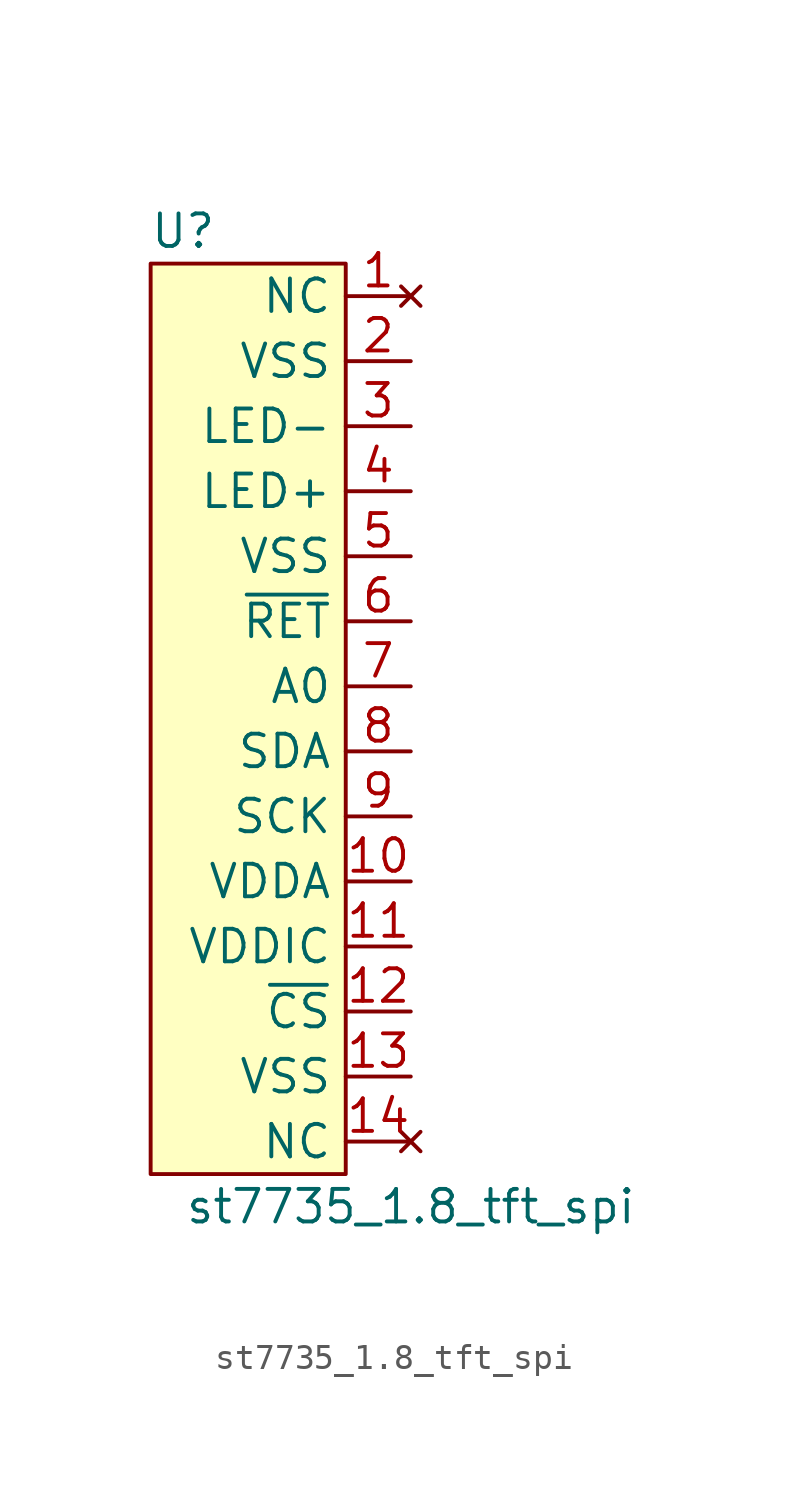
<source format=kicad_sym>
(kicad_symbol_lib
  (version 20211014)
  (generator kicad_symbol_editor)
  (symbol "st7735_1.8_tft_spi"
    (property "Reference" "U"
      (at -10.16 16.51 0)
      (effects (font (size 1.27 1.27))))
    (property "Value" "st7735_1.8_tft_spi"
      (at -1.27 -21.59 0)
      (effects (font (size 1.27 1.27))))
    (symbol "st7735_1.8_tft_spi_0_1"
      (rectangle (start -3.81 15.24) (end -11.43 -20.32) (stroke (width 0) (type default) (color 0 0 0 0)) (fill (type background))))
    (symbol "st7735_1.8_tft_spi_1_1"
      (pin no_connect line (at -1.27 13.97 180) (length 2.54) (name "NC" (effects (font (size 1.27 1.27)))) (number "1" (effects (font (size 1.27 1.27)))))
      (pin power_in line (at -1.27 -8.89 180) (length 2.54) (name "VDDA" (effects (font (size 1.27 1.27)))) (number "10" (effects (font (size 1.27 1.27)))))
      (pin power_in line (at -1.27 -11.43 180) (length 2.54) (name "VDDIC" (effects (font (size 1.27 1.27)))) (number "11" (effects (font (size 1.27 1.27)))))
      (pin input line (at -1.27 -13.97 180) (length 2.54) (name "~{CS}" (effects (font (size 1.27 1.27)))) (number "12" (effects (font (size 1.27 1.27)))))
      (pin power_in line (at -1.27 -16.51 180) (length 2.54) (name "VSS" (effects (font (size 1.27 1.27)))) (number "13" (effects (font (size 1.27 1.27)))))
      (pin no_connect line (at -1.27 -19.05 180) (length 2.54) (name "NC" (effects (font (size 1.27 1.27)))) (number "14" (effects (font (size 1.27 1.27)))))
      (pin power_in line (at -1.27 11.43 180) (length 2.54) (name "VSS" (effects (font (size 1.27 1.27)))) (number "2" (effects (font (size 1.27 1.27)))))
      (pin passive line (at -1.27 8.89 180) (length 2.54) (name "LED-" (effects (font (size 1.27 1.27)))) (number "3" (effects (font (size 1.27 1.27)))))
      (pin passive line (at -1.27 6.35 180) (length 2.54) (name "LED+" (effects (font (size 1.27 1.27)))) (number "4" (effects (font (size 1.27 1.27)))))
      (pin power_in line (at -1.27 3.81 180) (length 2.54) (name "VSS" (effects (font (size 1.27 1.27)))) (number "5" (effects (font (size 1.27 1.27)))))
      (pin input line (at -1.27 1.27 180) (length 2.54) (name "~{RET}" (effects (font (size 1.27 1.27)))) (number "6" (effects (font (size 1.27 1.27)))))
      (pin input line (at -1.27 -1.27 180) (length 2.54) (name "A0" (effects (font (size 1.27 1.27)))) (number "7" (effects (font (size 1.27 1.27)))))
      (pin input line (at -1.27 -3.81 180) (length 2.54) (name "SDA" (effects (font (size 1.27 1.27)))) (number "8" (effects (font (size 1.27 1.27)))))
      (pin input line (at -1.27 -6.35 180) (length 2.54) (name "SCK" (effects (font (size 1.27 1.27)))) (number "9" (effects (font (size 1.27 1.27))))))))
</source>
